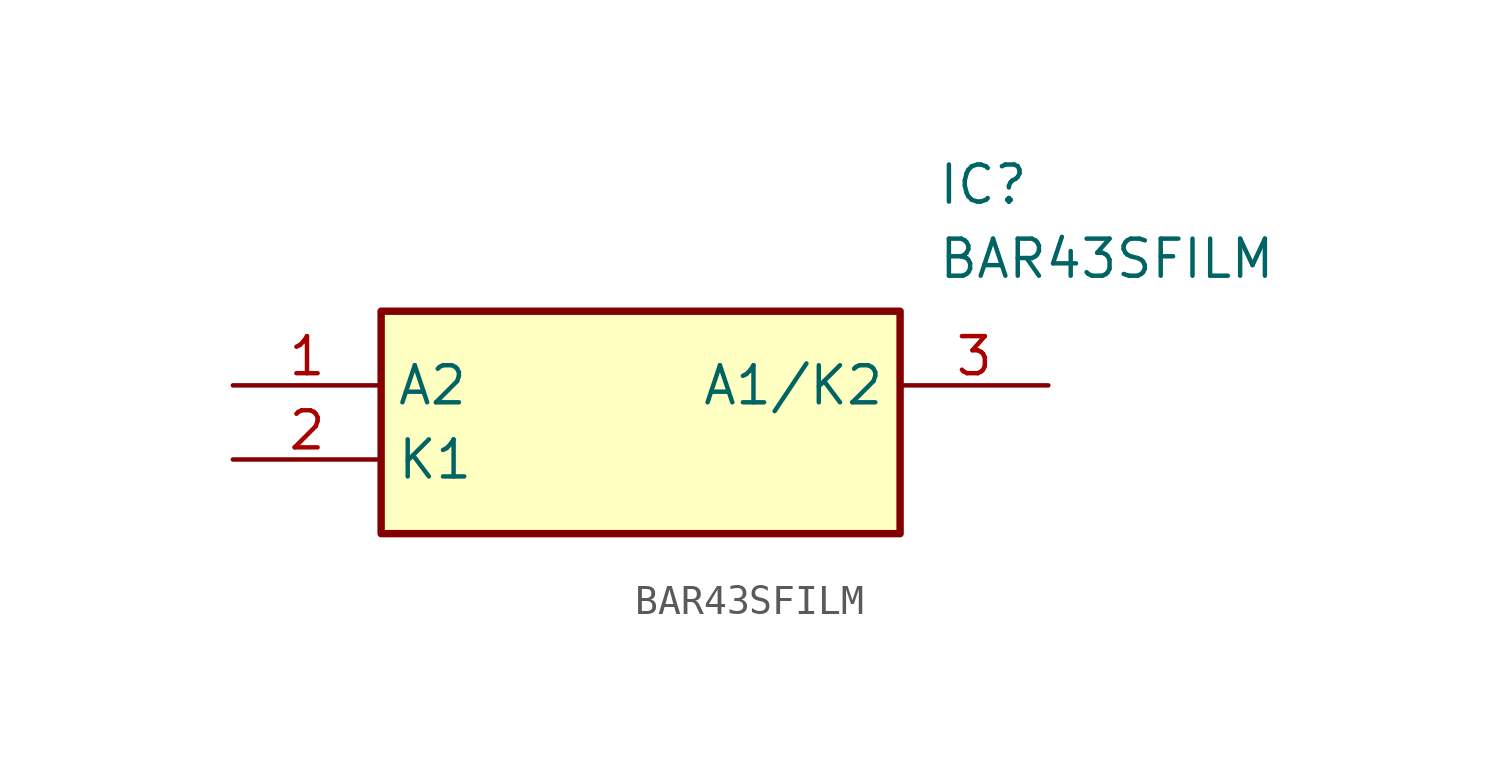
<source format=kicad_sym>
(kicad_symbol_lib
  (version 20211014)
  (generator SamacSys_ECAD_Model)
  (symbol "BAR43SFILM"
    (property "Reference" "IC"
      (at 24.13 7.62 0)
      (effects (font (size 1.27 1.27)) (justify left top)))
    (property "Value" "BAR43SFILM"
      (at 24.13 5.08 0)
      (effects (font (size 1.27 1.27)) (justify left top)))
    (rectangle
      (start 5.08 2.54)
      (end 22.86 -5.08)
      (stroke (width 0.254) (type default))
      (fill (type background)))
    (pin passive line
      (at 0 0 0)
      (length 5.08)
      (name "A2" (effects (font (size 1.27 1.27))))
      (number "1" (effects (font (size 1.27 1.27)))))
    (pin passive line
      (at 0 -2.54 0)
      (length 5.08)
      (name "K1" (effects (font (size 1.27 1.27))))
      (number "2" (effects (font (size 1.27 1.27)))))
    (pin passive line
      (at 27.94 0 180)
      (length 5.08)
      (name "A1/K2" (effects (font (size 1.27 1.27))))
      (number "3" (effects (font (size 1.27 1.27)))))))
</source>
